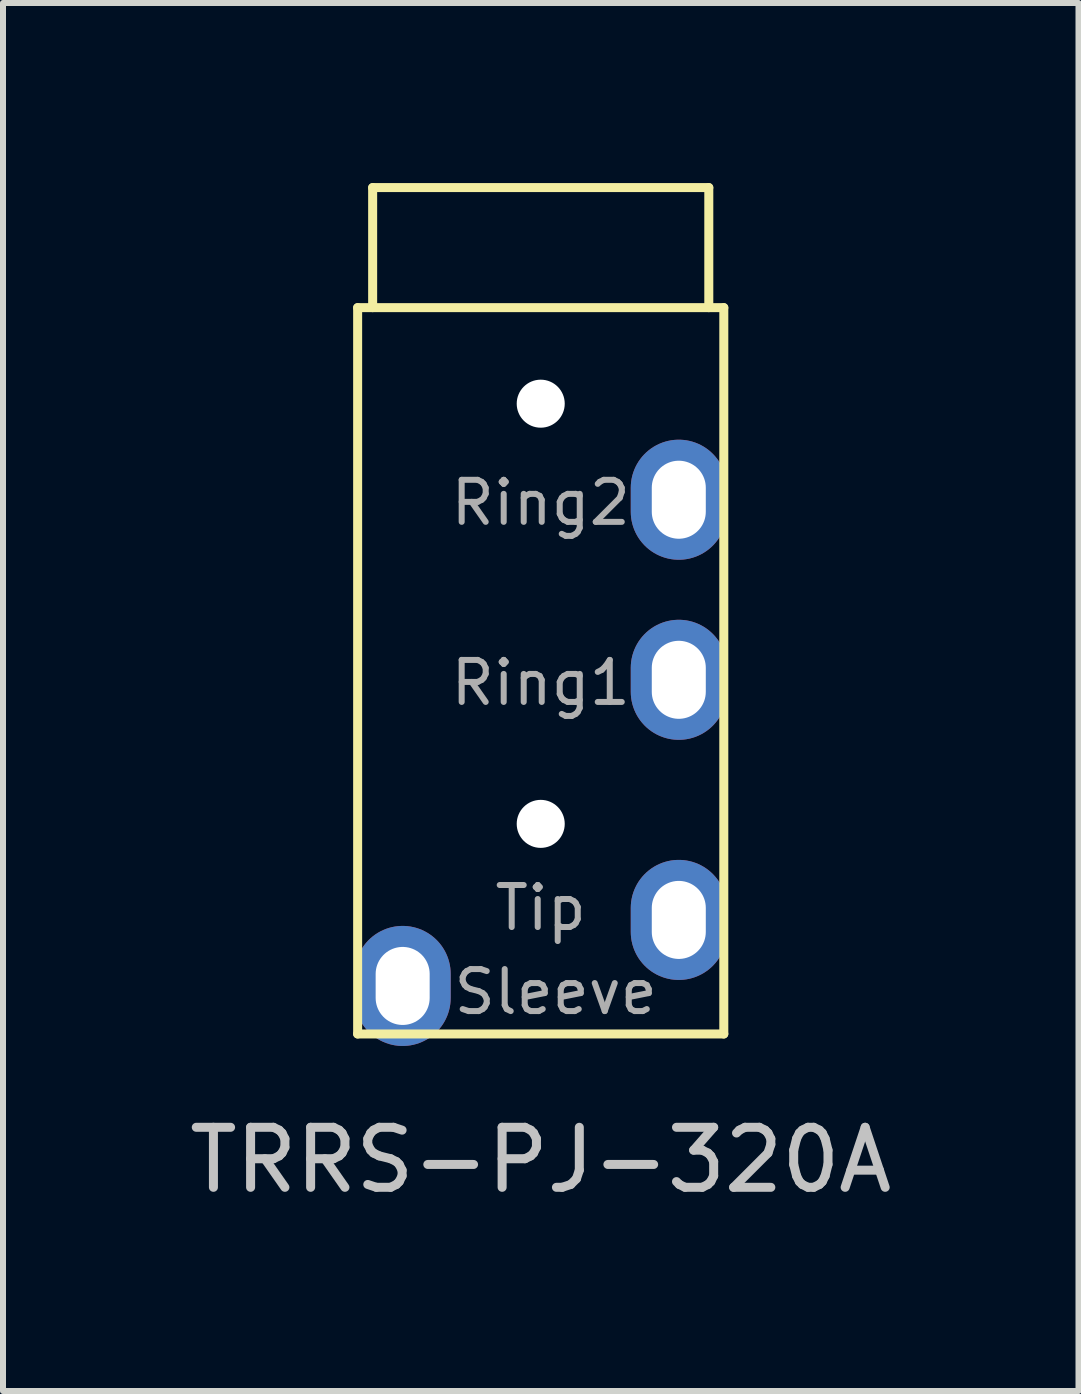
<source format=kicad_pcb>
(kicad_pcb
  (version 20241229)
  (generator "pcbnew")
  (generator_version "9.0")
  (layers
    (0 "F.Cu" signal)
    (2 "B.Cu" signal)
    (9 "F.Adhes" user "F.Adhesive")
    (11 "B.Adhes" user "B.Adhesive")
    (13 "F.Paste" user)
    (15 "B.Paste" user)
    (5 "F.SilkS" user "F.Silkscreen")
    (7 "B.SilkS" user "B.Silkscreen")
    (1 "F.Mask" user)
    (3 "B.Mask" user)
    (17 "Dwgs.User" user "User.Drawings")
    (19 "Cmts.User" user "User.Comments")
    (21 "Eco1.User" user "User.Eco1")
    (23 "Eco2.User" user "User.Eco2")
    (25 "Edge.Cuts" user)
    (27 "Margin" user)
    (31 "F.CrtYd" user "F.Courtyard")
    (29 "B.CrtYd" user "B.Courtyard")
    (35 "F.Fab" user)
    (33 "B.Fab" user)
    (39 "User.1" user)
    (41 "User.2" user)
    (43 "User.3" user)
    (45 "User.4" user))
  (footprint "TRRS-PJ-320A"
    (layer "F.Cu")
    (at 5.958 2.075)
    (property "Reference" "TRRS-PJ-320A" (at 0 14.2 0) (layer "Dwgs.User") (effects (font (size 1 1) (thickness 0.15))))
    (attr through_hole)
    (fp_line (start -3.05 0) (end -3.05 12.1) (stroke (width 0.15) (type solid)) (layer "F.SilkS"))
    (fp_line (start -2.8 0) (end -2.8 -2) (stroke (width 0.15) (type solid)) (layer "F.SilkS"))
    (fp_line (start 2.8 -2) (end -2.8 -2) (stroke (width 0.15) (type solid)) (layer "F.SilkS"))
    (fp_line (start 2.8 0) (end 2.8 -2) (stroke (width 0.15) (type solid)) (layer "F.SilkS"))
    (fp_line (start 3.05 0) (end -3.05 0) (stroke (width 0.15) (type solid)) (layer "F.SilkS"))
    (fp_line (start 3.05 0) (end 3.05 12.1) (stroke (width 0.15) (type solid)) (layer "F.SilkS"))
    (fp_line (start 3.05 12.1) (end -3.05 12.1) (stroke (width 0.15) (type solid)) (layer "F.SilkS"))
    (fp_text user "Ring2" (at 0 3.25 0) (layer "F.Fab") (effects (font (size 0.7 0.7) (thickness 0.1))))
    (fp_text user "Tip" (at 0 10 0) (layer "F.Fab") (effects (font (size 0.7 0.7) (thickness 0.1))))
    (fp_text user "Sleeve" (at 0.25 11.4 0) (layer "F.Fab") (effects (font (size 0.7 0.7) (thickness 0.1))))
    (fp_text user "Ring1" (at 0 6.25 0) (layer "F.Fab") (effects (font (size 0.7 0.7) (thickness 0.1))))
    (pad "" np_thru_hole circle (at 0 1.6) (size 0.8 0.8) (drill 0.8) (layers "*.Cu" "*.Mask"))
    (pad "" np_thru_hole circle (at 0 8.6) (size 0.8 0.8) (drill 0.8) (layers "*.Cu" "*.Mask"))
    (pad "1" thru_hole oval (at -2.3 11.3) (size 1.6 2) (drill oval 0.9 1.3) (layers "*.Cu" "*.Mask"))
    (pad "2" thru_hole oval (at 2.3 10.2) (size 1.6 2) (drill oval 0.9 1.3) (layers "*.Cu" "*.Mask"))
    (pad "3" thru_hole oval (at 2.3 6.2) (size 1.6 2) (drill oval 0.9 1.3) (layers "*.Cu" "*.Mask"))
    (pad "4" thru_hole oval (at 2.3 3.2) (size 1.6 2) (drill oval 0.9 1.3) (layers "*.Cu" "*.Mask")))
  (gr_rect
    (start -3 -3)
    (end 14.917 20.123)
    (stroke (width 0.1) (type default))
    (fill no)
    (layer "Edge.Cuts")))
</source>
